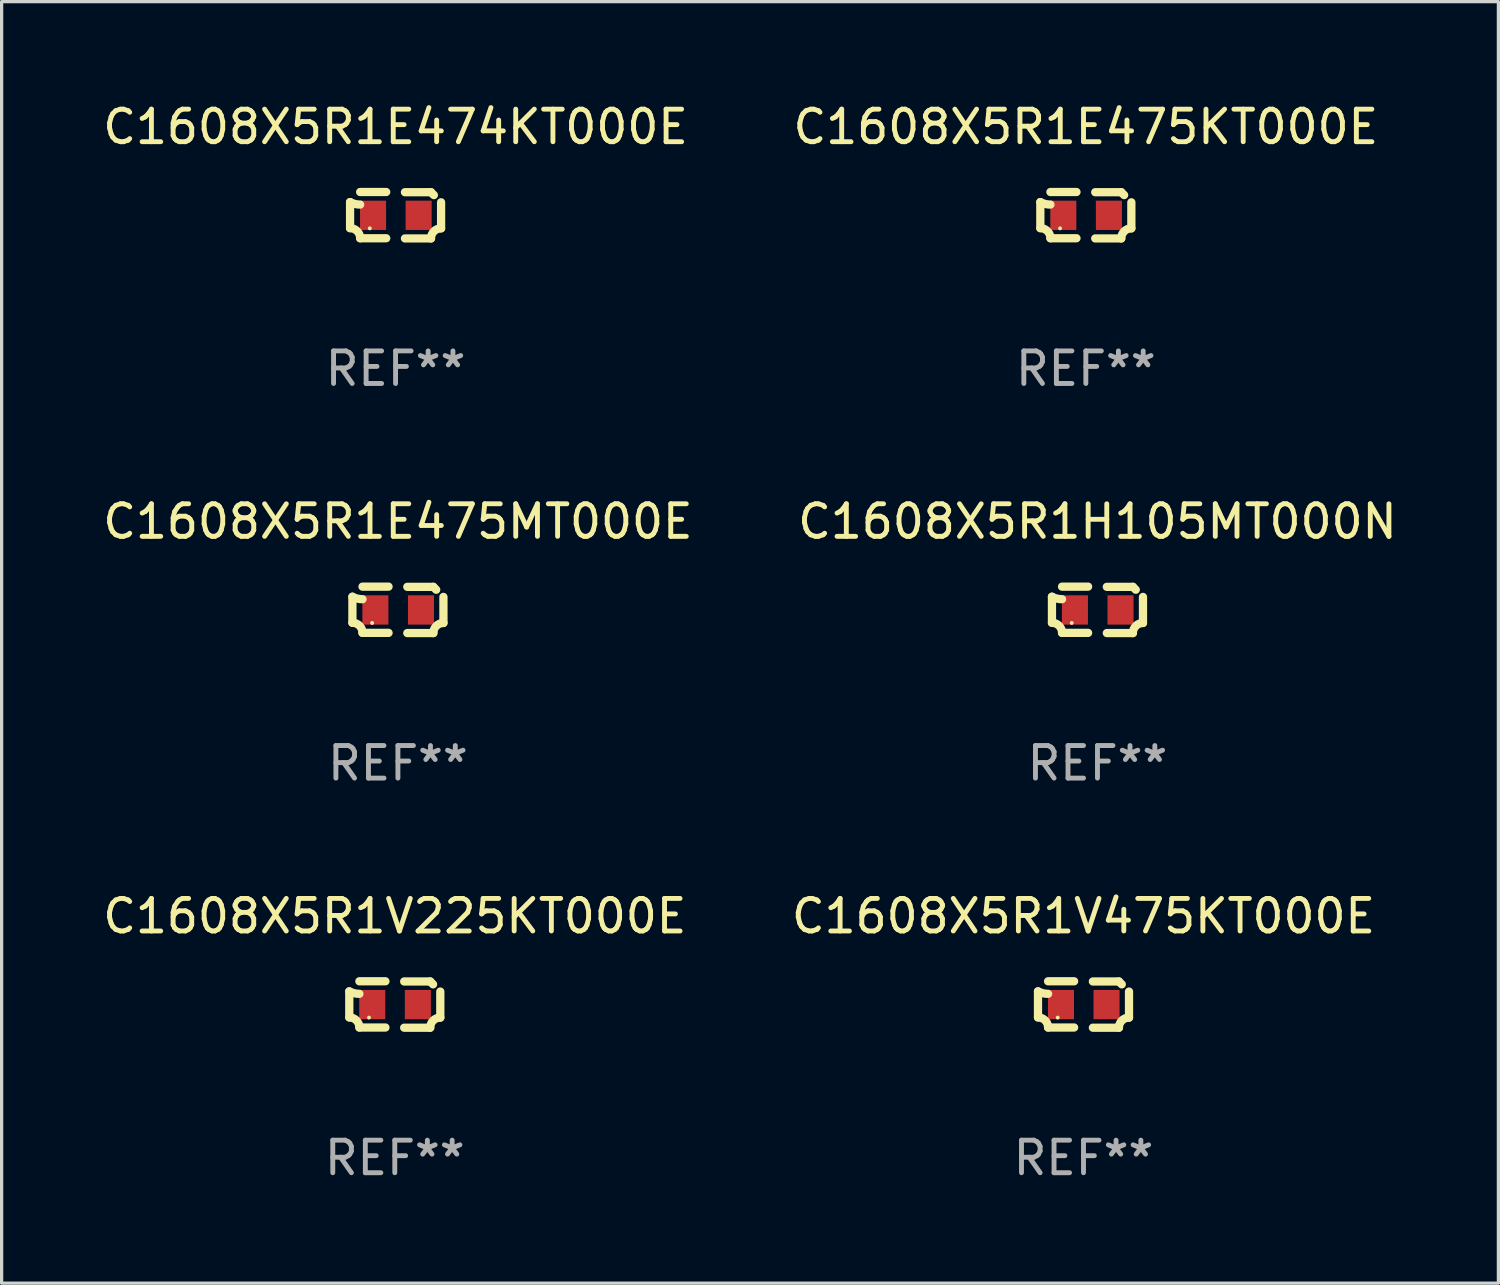
<source format=kicad_pcb>
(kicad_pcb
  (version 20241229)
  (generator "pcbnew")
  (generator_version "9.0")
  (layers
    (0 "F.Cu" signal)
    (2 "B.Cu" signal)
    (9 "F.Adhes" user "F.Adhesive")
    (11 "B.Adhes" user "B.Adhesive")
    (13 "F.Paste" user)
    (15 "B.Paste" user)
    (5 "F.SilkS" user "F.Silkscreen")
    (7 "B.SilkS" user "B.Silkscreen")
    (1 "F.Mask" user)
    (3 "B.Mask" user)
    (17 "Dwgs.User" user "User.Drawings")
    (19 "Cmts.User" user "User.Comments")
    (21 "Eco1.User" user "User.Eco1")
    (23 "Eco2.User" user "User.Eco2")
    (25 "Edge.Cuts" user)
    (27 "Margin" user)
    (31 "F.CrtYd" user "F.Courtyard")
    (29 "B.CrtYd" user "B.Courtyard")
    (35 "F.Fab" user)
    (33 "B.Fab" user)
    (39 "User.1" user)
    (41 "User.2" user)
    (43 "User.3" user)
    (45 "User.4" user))
  (footprint "C1608X5R1V225KT000E"
    (layer "F.Cu")
    (at 9.077 27.805)
    (property "Reference" "C1608X5R1V225KT000E" (at 0 -2.713 0) (layer "F.SilkS") (effects (font (size 1 1) (thickness 0.15))))
    (attr through_hole)
    (fp_line (start -1.398 -0.403) (end -1.398 0.397) (stroke (width 0.254) (type solid)) (layer "F.SilkS"))
    (fp_line (start -0.288 -0.713) (end -1.088 -0.713) (stroke (width 0.254) (type solid)) (layer "F.SilkS"))
    (fp_line (start -0.288 0.707) (end -1.088 0.707) (stroke (width 0.254) (type solid)) (layer "F.SilkS"))
    (fp_line (start 0.288 -0.707) (end 1.088 -0.707) (stroke (width 0.254) (type solid)) (layer "F.SilkS"))
    (fp_line (start 0.288 0.713) (end 1.088 0.713) (stroke (width 0.254) (type solid)) (layer "F.SilkS"))
    (fp_line (start 1.398 -0.397) (end 1.398 0.403) (stroke (width 0.254) (type solid)) (layer "F.SilkS"))
    (fp_arc (start -1.397789 0.397066) (mid -1.178701 0.487826) (end -1.08796 0.706922) (stroke (width 0.254001) (type solid)) (layer "F.SilkS"))
    (fp_arc (start -1.08796 -0.327176) (mid -1.247436 -0.346384) (end -1.39779 -0.402908) (stroke (width 0.254001) (type solid)) (layer "F.SilkS"))
    (fp_arc (start 1.087909 0.712738) (mid 1.178656 0.493655) (end 1.397739 0.402908) (stroke (width 0.254001) (type solid)) (layer "F.SilkS"))
    (fp_arc (start 1.175925 -0.618926) (mid 1.131917 -0.662923) (end 1.08791 -0.706922) (stroke (width 0.254001) (type solid)) (layer "F.SilkS"))
    (fp_circle (center -0.792 0.403) (end -0.762 0.403) (stroke (width 0.06) (type solid)) (fill no) (layer "F.SilkS"))
    (fp_text user "REF**" (at 0 4.713 0) (layer "F.Fab") (effects (font (size 1 1) (thickness 0.15))))
    (pad "1" smd rect (at -0.692 0.003) (size 0.8 0.9) (layers "F.Cu" "F.Mask" "F.Paste"))
    (pad "2" smd rect (at 0.708 0.003) (size 0.8 0.9) (layers "F.Cu" "F.Mask" "F.Paste")))
  (footprint "C1608X5R1E475KT000E"
    (layer "F.Cu")
    (at 30.304 3.561)
    (property "Reference" "C1608X5R1E475KT000E" (at 0 -2.713 0) (layer "F.SilkS") (effects (font (size 1 1) (thickness 0.15))))
    (attr through_hole)
    (fp_line (start -1.398 -0.403) (end -1.398 0.397) (stroke (width 0.254) (type solid)) (layer "F.SilkS"))
    (fp_line (start -0.288 -0.713) (end -1.088 -0.713) (stroke (width 0.254) (type solid)) (layer "F.SilkS"))
    (fp_line (start -0.288 0.707) (end -1.088 0.707) (stroke (width 0.254) (type solid)) (layer "F.SilkS"))
    (fp_line (start 0.288 -0.707) (end 1.088 -0.707) (stroke (width 0.254) (type solid)) (layer "F.SilkS"))
    (fp_line (start 0.288 0.713) (end 1.088 0.713) (stroke (width 0.254) (type solid)) (layer "F.SilkS"))
    (fp_line (start 1.398 -0.397) (end 1.398 0.403) (stroke (width 0.254) (type solid)) (layer "F.SilkS"))
    (fp_arc (start -1.397789 0.397066) (mid -1.178701 0.487826) (end -1.08796 0.706922) (stroke (width 0.254001) (type solid)) (layer "F.SilkS"))
    (fp_arc (start -1.08796 -0.327176) (mid -1.247436 -0.346384) (end -1.39779 -0.402908) (stroke (width 0.254001) (type solid)) (layer "F.SilkS"))
    (fp_arc (start 1.087909 0.712738) (mid 1.178656 0.493655) (end 1.397739 0.402908) (stroke (width 0.254001) (type solid)) (layer "F.SilkS"))
    (fp_arc (start 1.175925 -0.618926) (mid 1.131917 -0.662923) (end 1.08791 -0.706922) (stroke (width 0.254001) (type solid)) (layer "F.SilkS"))
    (fp_circle (center -0.792 0.403) (end -0.762 0.403) (stroke (width 0.06) (type solid)) (fill no) (layer "F.SilkS"))
    (fp_text user "REF**" (at 0 4.713 0) (layer "F.Fab") (effects (font (size 1 1) (thickness 0.15))))
    (pad "1" smd rect (at -0.692 0.003) (size 0.8 0.9) (layers "F.Cu" "F.Mask" "F.Paste"))
    (pad "2" smd rect (at 0.708 0.003) (size 0.8 0.9) (layers "F.Cu" "F.Mask" "F.Paste")))
  (footprint "C1608X5R1E474KT000E"
    (layer "F.Cu")
    (at 9.101 3.561)
    (property "Reference" "C1608X5R1E474KT000E" (at 0 -2.713 0) (layer "F.SilkS") (effects (font (size 1 1) (thickness 0.15))))
    (attr through_hole)
    (fp_line (start -1.398 -0.403) (end -1.398 0.397) (stroke (width 0.254) (type solid)) (layer "F.SilkS"))
    (fp_line (start -0.288 -0.713) (end -1.088 -0.713) (stroke (width 0.254) (type solid)) (layer "F.SilkS"))
    (fp_line (start -0.288 0.707) (end -1.088 0.707) (stroke (width 0.254) (type solid)) (layer "F.SilkS"))
    (fp_line (start 0.288 -0.707) (end 1.088 -0.707) (stroke (width 0.254) (type solid)) (layer "F.SilkS"))
    (fp_line (start 0.288 0.713) (end 1.088 0.713) (stroke (width 0.254) (type solid)) (layer "F.SilkS"))
    (fp_line (start 1.398 -0.397) (end 1.398 0.403) (stroke (width 0.254) (type solid)) (layer "F.SilkS"))
    (fp_arc (start -1.397789 0.397066) (mid -1.178701 0.487826) (end -1.08796 0.706922) (stroke (width 0.254001) (type solid)) (layer "F.SilkS"))
    (fp_arc (start -1.08796 -0.327176) (mid -1.247436 -0.346384) (end -1.39779 -0.402908) (stroke (width 0.254001) (type solid)) (layer "F.SilkS"))
    (fp_arc (start 1.087909 0.712738) (mid 1.178656 0.493655) (end 1.397739 0.402908) (stroke (width 0.254001) (type solid)) (layer "F.SilkS"))
    (fp_arc (start 1.175925 -0.618926) (mid 1.131917 -0.662923) (end 1.08791 -0.706922) (stroke (width 0.254001) (type solid)) (layer "F.SilkS"))
    (fp_circle (center -0.792 0.403) (end -0.762 0.403) (stroke (width 0.06) (type solid)) (fill no) (layer "F.SilkS"))
    (fp_text user "REF**" (at 0 4.713 0) (layer "F.Fab") (effects (font (size 1 1) (thickness 0.15))))
    (pad "1" smd rect (at -0.692 0.003) (size 0.8 0.9) (layers "F.Cu" "F.Mask" "F.Paste"))
    (pad "2" smd rect (at 0.708 0.003) (size 0.8 0.9) (layers "F.Cu" "F.Mask" "F.Paste")))
  (footprint "C1608X5R1H105MT000N"
    (layer "F.Cu")
    (at 30.661 15.683)
    (property "Reference" "C1608X5R1H105MT000N" (at 0 -2.713 0) (layer "F.SilkS") (effects (font (size 1 1) (thickness 0.15))))
    (attr through_hole)
    (fp_line (start -1.398 -0.403) (end -1.398 0.397) (stroke (width 0.254) (type solid)) (layer "F.SilkS"))
    (fp_line (start -0.288 -0.713) (end -1.088 -0.713) (stroke (width 0.254) (type solid)) (layer "F.SilkS"))
    (fp_line (start -0.288 0.707) (end -1.088 0.707) (stroke (width 0.254) (type solid)) (layer "F.SilkS"))
    (fp_line (start 0.288 -0.707) (end 1.088 -0.707) (stroke (width 0.254) (type solid)) (layer "F.SilkS"))
    (fp_line (start 0.288 0.713) (end 1.088 0.713) (stroke (width 0.254) (type solid)) (layer "F.SilkS"))
    (fp_line (start 1.398 -0.397) (end 1.398 0.403) (stroke (width 0.254) (type solid)) (layer "F.SilkS"))
    (fp_arc (start -1.397789 0.397066) (mid -1.178701 0.487826) (end -1.08796 0.706922) (stroke (width 0.254001) (type solid)) (layer "F.SilkS"))
    (fp_arc (start -1.08796 -0.327176) (mid -1.247436 -0.346384) (end -1.39779 -0.402908) (stroke (width 0.254001) (type solid)) (layer "F.SilkS"))
    (fp_arc (start 1.087909 0.712738) (mid 1.178656 0.493655) (end 1.397739 0.402908) (stroke (width 0.254001) (type solid)) (layer "F.SilkS"))
    (fp_arc (start 1.175925 -0.618926) (mid 1.131917 -0.662923) (end 1.08791 -0.706922) (stroke (width 0.254001) (type solid)) (layer "F.SilkS"))
    (fp_circle (center -0.792 0.403) (end -0.762 0.403) (stroke (width 0.06) (type solid)) (fill no) (layer "F.SilkS"))
    (fp_text user "REF**" (at 0 4.713 0) (layer "F.Fab") (effects (font (size 1 1) (thickness 0.15))))
    (pad "1" smd rect (at -0.692 0.003) (size 0.8 0.9) (layers "F.Cu" "F.Mask" "F.Paste"))
    (pad "2" smd rect (at 0.708 0.003) (size 0.8 0.9) (layers "F.Cu" "F.Mask" "F.Paste")))
  (footprint "C1608X5R1V475KT000E"
    (layer "F.Cu")
    (at 30.232 27.805)
    (property "Reference" "C1608X5R1V475KT000E" (at 0 -2.713 0) (layer "F.SilkS") (effects (font (size 1 1) (thickness 0.15))))
    (attr through_hole)
    (fp_line (start -1.398 -0.403) (end -1.398 0.397) (stroke (width 0.254) (type solid)) (layer "F.SilkS"))
    (fp_line (start -0.288 -0.713) (end -1.088 -0.713) (stroke (width 0.254) (type solid)) (layer "F.SilkS"))
    (fp_line (start -0.288 0.707) (end -1.088 0.707) (stroke (width 0.254) (type solid)) (layer "F.SilkS"))
    (fp_line (start 0.288 -0.707) (end 1.088 -0.707) (stroke (width 0.254) (type solid)) (layer "F.SilkS"))
    (fp_line (start 0.288 0.713) (end 1.088 0.713) (stroke (width 0.254) (type solid)) (layer "F.SilkS"))
    (fp_line (start 1.398 -0.397) (end 1.398 0.403) (stroke (width 0.254) (type solid)) (layer "F.SilkS"))
    (fp_arc (start -1.397789 0.397066) (mid -1.178701 0.487826) (end -1.08796 0.706922) (stroke (width 0.254001) (type solid)) (layer "F.SilkS"))
    (fp_arc (start -1.08796 -0.327176) (mid -1.247436 -0.346384) (end -1.39779 -0.402908) (stroke (width 0.254001) (type solid)) (layer "F.SilkS"))
    (fp_arc (start 1.087909 0.712738) (mid 1.178656 0.493655) (end 1.397739 0.402908) (stroke (width 0.254001) (type solid)) (layer "F.SilkS"))
    (fp_arc (start 1.175925 -0.618926) (mid 1.131917 -0.662923) (end 1.08791 -0.706922) (stroke (width 0.254001) (type solid)) (layer "F.SilkS"))
    (fp_circle (center -0.792 0.403) (end -0.762 0.403) (stroke (width 0.06) (type solid)) (fill no) (layer "F.SilkS"))
    (fp_text user "REF**" (at 0 4.713 0) (layer "F.Fab") (effects (font (size 1 1) (thickness 0.15))))
    (pad "1" smd rect (at -0.692 0.003) (size 0.8 0.9) (layers "F.Cu" "F.Mask" "F.Paste"))
    (pad "2" smd rect (at 0.708 0.003) (size 0.8 0.9) (layers "F.Cu" "F.Mask" "F.Paste")))
  (footprint "C1608X5R1E475MT000E"
    (layer "F.Cu")
    (at 9.173 15.683)
    (property "Reference" "C1608X5R1E475MT000E" (at 0 -2.713 0) (layer "F.SilkS") (effects (font (size 1 1) (thickness 0.15))))
    (attr through_hole)
    (fp_line (start -1.398 -0.403) (end -1.398 0.397) (stroke (width 0.254) (type solid)) (layer "F.SilkS"))
    (fp_line (start -0.288 -0.713) (end -1.088 -0.713) (stroke (width 0.254) (type solid)) (layer "F.SilkS"))
    (fp_line (start -0.288 0.707) (end -1.088 0.707) (stroke (width 0.254) (type solid)) (layer "F.SilkS"))
    (fp_line (start 0.288 -0.707) (end 1.088 -0.707) (stroke (width 0.254) (type solid)) (layer "F.SilkS"))
    (fp_line (start 0.288 0.713) (end 1.088 0.713) (stroke (width 0.254) (type solid)) (layer "F.SilkS"))
    (fp_line (start 1.398 -0.397) (end 1.398 0.403) (stroke (width 0.254) (type solid)) (layer "F.SilkS"))
    (fp_arc (start -1.397789 0.397066) (mid -1.178701 0.487826) (end -1.08796 0.706922) (stroke (width 0.254001) (type solid)) (layer "F.SilkS"))
    (fp_arc (start -1.08796 -0.327176) (mid -1.247436 -0.346384) (end -1.39779 -0.402908) (stroke (width 0.254001) (type solid)) (layer "F.SilkS"))
    (fp_arc (start 1.087909 0.712738) (mid 1.178656 0.493655) (end 1.397739 0.402908) (stroke (width 0.254001) (type solid)) (layer "F.SilkS"))
    (fp_arc (start 1.175925 -0.618926) (mid 1.131917 -0.662923) (end 1.08791 -0.706922) (stroke (width 0.254001) (type solid)) (layer "F.SilkS"))
    (fp_circle (center -0.792 0.403) (end -0.762 0.403) (stroke (width 0.06) (type solid)) (fill no) (layer "F.SilkS"))
    (fp_text user "REF**" (at 0 4.713 0) (layer "F.Fab") (effects (font (size 1 1) (thickness 0.15))))
    (pad "1" smd rect (at -0.692 0.003) (size 0.8 0.9) (layers "F.Cu" "F.Mask" "F.Paste"))
    (pad "2" smd rect (at 0.708 0.003) (size 0.8 0.9) (layers "F.Cu" "F.Mask" "F.Paste")))
  (gr_rect
    (start -3 -3)
    (end 42.976 36.366)
    (stroke (width 0.1) (type default))
    (fill no)
    (layer "Edge.Cuts")))
</source>
